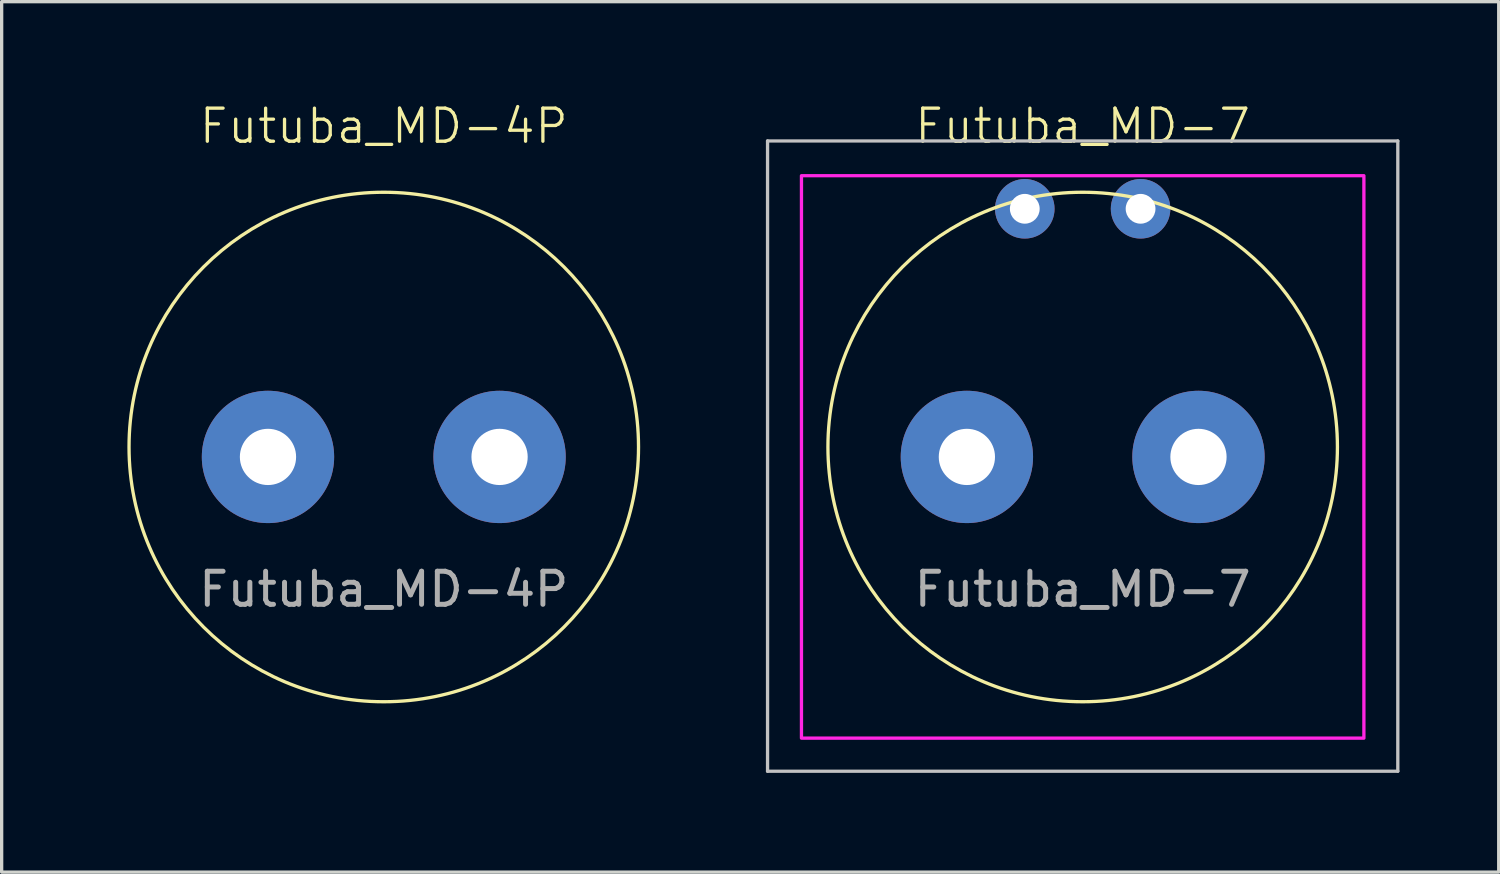
<source format=kicad_pcb>
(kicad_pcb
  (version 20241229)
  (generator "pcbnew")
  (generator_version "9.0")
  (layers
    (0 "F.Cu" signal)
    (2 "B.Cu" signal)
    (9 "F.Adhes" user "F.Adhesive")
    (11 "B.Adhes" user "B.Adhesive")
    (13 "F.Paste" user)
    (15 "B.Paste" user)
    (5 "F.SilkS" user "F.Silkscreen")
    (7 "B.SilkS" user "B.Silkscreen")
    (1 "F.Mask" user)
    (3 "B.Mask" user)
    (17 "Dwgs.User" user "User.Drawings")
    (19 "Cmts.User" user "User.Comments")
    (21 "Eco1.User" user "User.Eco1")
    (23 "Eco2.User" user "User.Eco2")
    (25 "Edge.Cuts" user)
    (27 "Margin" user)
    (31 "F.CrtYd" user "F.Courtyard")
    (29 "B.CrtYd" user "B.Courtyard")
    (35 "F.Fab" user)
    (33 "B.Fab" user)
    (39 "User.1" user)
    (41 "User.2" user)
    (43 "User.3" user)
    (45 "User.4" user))
  (footprint "Futuba_MD-7"
    (layer "F.Cu")
    (at 29.675 10.761)
    (property "Reference" "Futuba_MD-7" (at 0 -10 0) (unlocked yes) (layer "F.SilkS") (effects (font (size 1 1) (thickness 0.1))))
    (attr through_hole)
    (fp_circle (center 0 -0.3) (end 7.7 -0.3) (stroke (width 0.1) (type solid)) (fill no) (layer "F.SilkS"))
    (fp_line (start -9.525 -9.55) (end -9.525 9.5) (stroke (width 0.1) (type solid)) (layer "Dwgs.User"))
    (fp_line (start -9.525 9.5) (end 9.525 9.5) (stroke (width 0.1) (type solid)) (layer "Dwgs.User"))
    (fp_line (start 9.525 -9.55) (end -9.525 -9.55) (stroke (width 0.1) (type solid)) (layer "Dwgs.User"))
    (fp_line (start 9.525 9.5) (end 9.525 -9.55) (stroke (width 0.1) (type solid)) (layer "Dwgs.User"))
    (fp_rect (start -8.5 -8.5) (end 8.5 8.5) (stroke (width 0.1) (type solid)) (fill no) (layer "F.CrtYd"))
    (fp_circle (center -1.75 -7.5) (end -1.582 -7.332) (stroke (width 0.1) (type default)) (fill no) (layer "F.Fab"))
    (fp_circle (center 1.75 -7.5) (end 1.918 -7.332) (stroke (width 0.1) (type default)) (fill no) (layer "F.Fab"))
    (fp_text user "${REFERENCE}" (at 0 4 0) (unlocked yes) (layer "F.Fab") (effects (font (size 1 1) (thickness 0.15))))
    (pad "1" thru_hole circle (at -3.5 0) (size 4 4) (drill 1.7) (layers "*.Cu" "*.Mask"))
    (pad "2" thru_hole circle (at 1.75 -7.5 90) (size 1.8 1.8) (drill 0.9) (layers "*.Cu" "*.Mask"))
    (pad "3" thru_hole circle (at -1.75 -7.5) (size 1.8 1.8) (drill 0.9) (layers "*.Cu" "*.Mask"))
    (pad "4" thru_hole circle (at 3.5 0) (size 4 4) (drill 1.7) (layers "*.Cu" "*.Mask")))
  (footprint "Futuba_MD-4P"
    (layer "F.Cu")
    (at 8.55 10.761)
    (property "Reference" "Futuba_MD-4P" (at 0 -10 0) (unlocked yes) (layer "F.SilkS") (effects (font (size 1 1) (thickness 0.1))))
    (attr through_hole)
    (fp_circle (center 0 -0.3) (end 7.7 -0.3) (stroke (width 0.1) (type solid)) (fill no) (layer "F.SilkS"))
    (fp_rect (start -8.5 -8.5) (end 8.5 8.5) (stroke (width 0.1) (type solid)) (fill no) (layer "Margin"))
    (fp_text user "${REFERENCE}" (at 0 4 0) (unlocked yes) (layer "F.Fab") (effects (font (size 1 1) (thickness 0.15))))
    (pad "1" thru_hole circle (at -3.5 0) (size 4 4) (drill 1.7) (layers "*.Cu" "*.Mask"))
    (pad "2" thru_hole circle (at 3.5 0) (size 4 4) (drill 1.7) (layers "*.Cu" "*.Mask")))
  (gr_rect
    (start -3 -3)
    (end 42.25 23.311)
    (stroke (width 0.1) (type default))
    (fill no)
    (layer "Edge.Cuts")))
</source>
